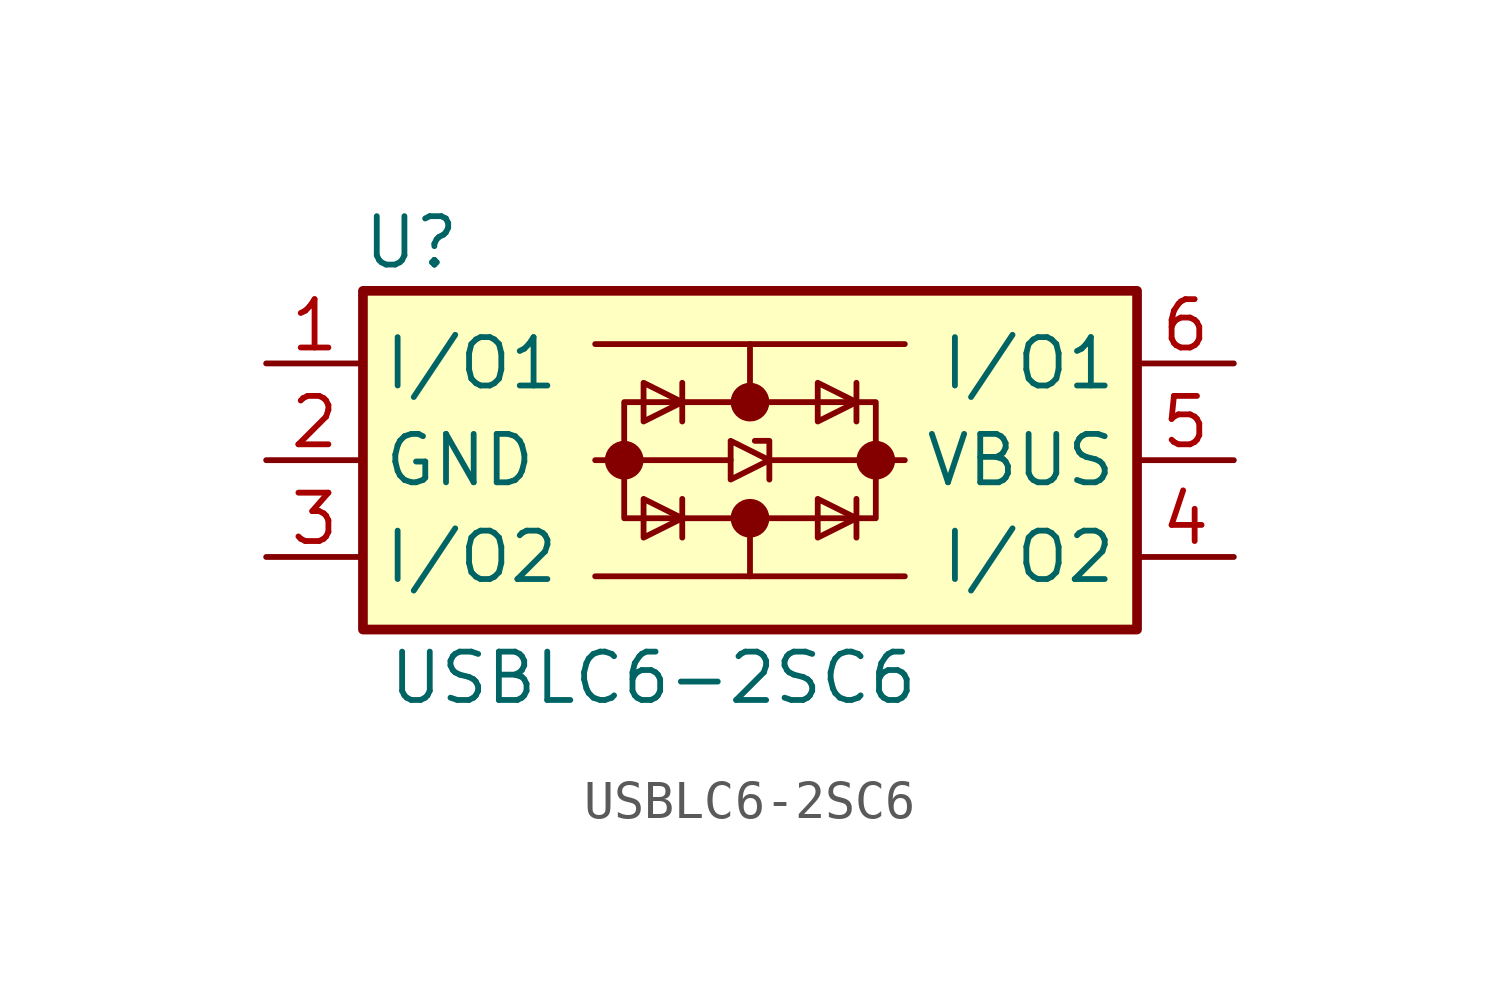
<source format=kicad_sym>
(kicad_symbol_lib
  (version 20231120)
  (generator "kicad_symbol_editor")
  (generator_version "8.0")
  (symbol "USBLC6-2SC6"
    (property "Reference" "U"
      (at -8.89 5.715 0)
      (effects (font (size 1.27 1.27))))
    (property "Value" "USBLC6-2SC6"
      (at -2.54 -5.715 0)
      (effects (font (size 1.27 1.27))))
    (symbol "USBLC6-2SC6_0_0"
      (circle (center -3.302 0) (radius 0.0001) (stroke (width 0.508) (type default)) (fill (type none)))
      (circle (center 0 -1.524) (radius 0.0001) (stroke (width 0.508) (type default)) (fill (type none)))
      (circle (center 0 1.524) (radius 0.0001) (stroke (width 0.508) (type default)) (fill (type none)))
      (circle (center 3.302 0) (radius 0.0001) (stroke (width 0.508) (type default)) (fill (type none))))
    (symbol "USBLC6-2SC6_0_1"
      (polyline (pts (xy -3.302 0) (xy -4.064 0)) (stroke (width 0) (type default)) (fill (type none)))
      (polyline (pts (xy -3.302 0) (xy -0.508 0)) (stroke (width 0) (type default)) (fill (type none)))
      (polyline (pts (xy -1.778 -1.016) (xy -1.778 -2.032)) (stroke (width 0) (type default)) (fill (type none)))
      (polyline (pts (xy -1.778 2.032) (xy -1.778 1.016)) (stroke (width 0) (type default)) (fill (type none)))
      (polyline (pts (xy 0 -1.524) (xy 0 -3.048)) (stroke (width 0) (type default)) (fill (type none)))
      (polyline (pts (xy 0 3.048) (xy 0 1.524)) (stroke (width 0) (type default)) (fill (type none)))
      (polyline (pts (xy 0.508 0) (xy 3.302 0)) (stroke (width 0) (type default)) (fill (type none)))
      (polyline (pts (xy 2.794 -1.016) (xy 2.794 -2.032)) (stroke (width 0) (type default)) (fill (type none)))
      (polyline (pts (xy 2.794 1.016) (xy 2.794 2.032)) (stroke (width 0) (type default)) (fill (type none)))
      (polyline (pts (xy 4.064 -3.048) (xy -4.064 -3.048)) (stroke (width 0) (type default)) (fill (type none)))
      (polyline (pts (xy 4.064 0) (xy 3.302 0)) (stroke (width 0) (type default)) (fill (type none)))
      (polyline (pts (xy 4.064 3.048) (xy -4.064 3.048)) (stroke (width 0) (type default)) (fill (type none)))
      (polyline (pts (xy 0.127 0.508) (xy 0.508 0.508) (xy 0.508 -0.508)) (stroke (width 0) (type default)) (fill (type none)))
      (polyline (pts (xy -2.794 -2.032) (xy -2.794 -1.016) (xy -1.778 -1.524) (xy -2.794 -2.032)) (stroke (width 0) (type default)) (fill (type none)))
      (polyline (pts (xy -2.794 1.016) (xy -2.794 2.032) (xy -1.778 1.524) (xy -2.794 1.016)) (stroke (width 0) (type default)) (fill (type none)))
      (polyline (pts (xy -0.508 -0.508) (xy -0.508 0.508) (xy 0.508 0) (xy -0.508 -0.508)) (stroke (width 0) (type default)) (fill (type none)))
      (polyline (pts (xy 1.778 -2.032) (xy 1.778 -1.016) (xy 2.794 -1.524) (xy 1.778 -2.032)) (stroke (width 0) (type default)) (fill (type none)))
      (polyline (pts (xy 1.778 2.032) (xy 1.778 1.016) (xy 2.794 1.524) (xy 1.778 2.032)) (stroke (width 0) (type default)) (fill (type none))))
    (symbol "USBLC6-2SC6_1_1"
      (rectangle (start -10.16 4.445) (end 10.16 -4.445) (stroke (width 0.254) (type default)) (fill (type background)))
      (polyline (pts (xy -3.302 0) (xy -3.302 -1.524) (xy 3.302 -1.524) (xy 3.302 0)) (stroke (width 0) (type default)) (fill (type none)))
      (polyline (pts (xy 3.302 0) (xy 3.302 1.524) (xy -3.302 1.524) (xy -3.302 0)) (stroke (width 0) (type default)) (fill (type none)))
      (pin passive line (at -12.7 2.54 0) (length 2.54) (name "I/O1" (effects (font (size 1.27 1.27)))) (number "1" (effects (font (size 1.27 1.27)))))
      (pin power_in line (at -12.7 0 0) (length 2.54) (name "GND" (effects (font (size 1.27 1.27)))) (number "2" (effects (font (size 1.27 1.27)))))
      (pin passive line (at -12.7 -2.54 0) (length 2.54) (name "I/O2" (effects (font (size 1.27 1.27)))) (number "3" (effects (font (size 1.27 1.27)))))
      (pin passive line (at 12.7 -2.54 180) (length 2.54) (name "I/O2" (effects (font (size 1.27 1.27)))) (number "4" (effects (font (size 1.27 1.27)))))
      (pin power_in line (at 12.7 0 180) (length 2.54) (name "VBUS" (effects (font (size 1.27 1.27)))) (number "5" (effects (font (size 1.27 1.27)))))
      (pin passive line (at 12.7 2.54 180) (length 2.54) (name "I/O1" (effects (font (size 1.27 1.27)))) (number "6" (effects (font (size 1.27 1.27))))))))
</source>
